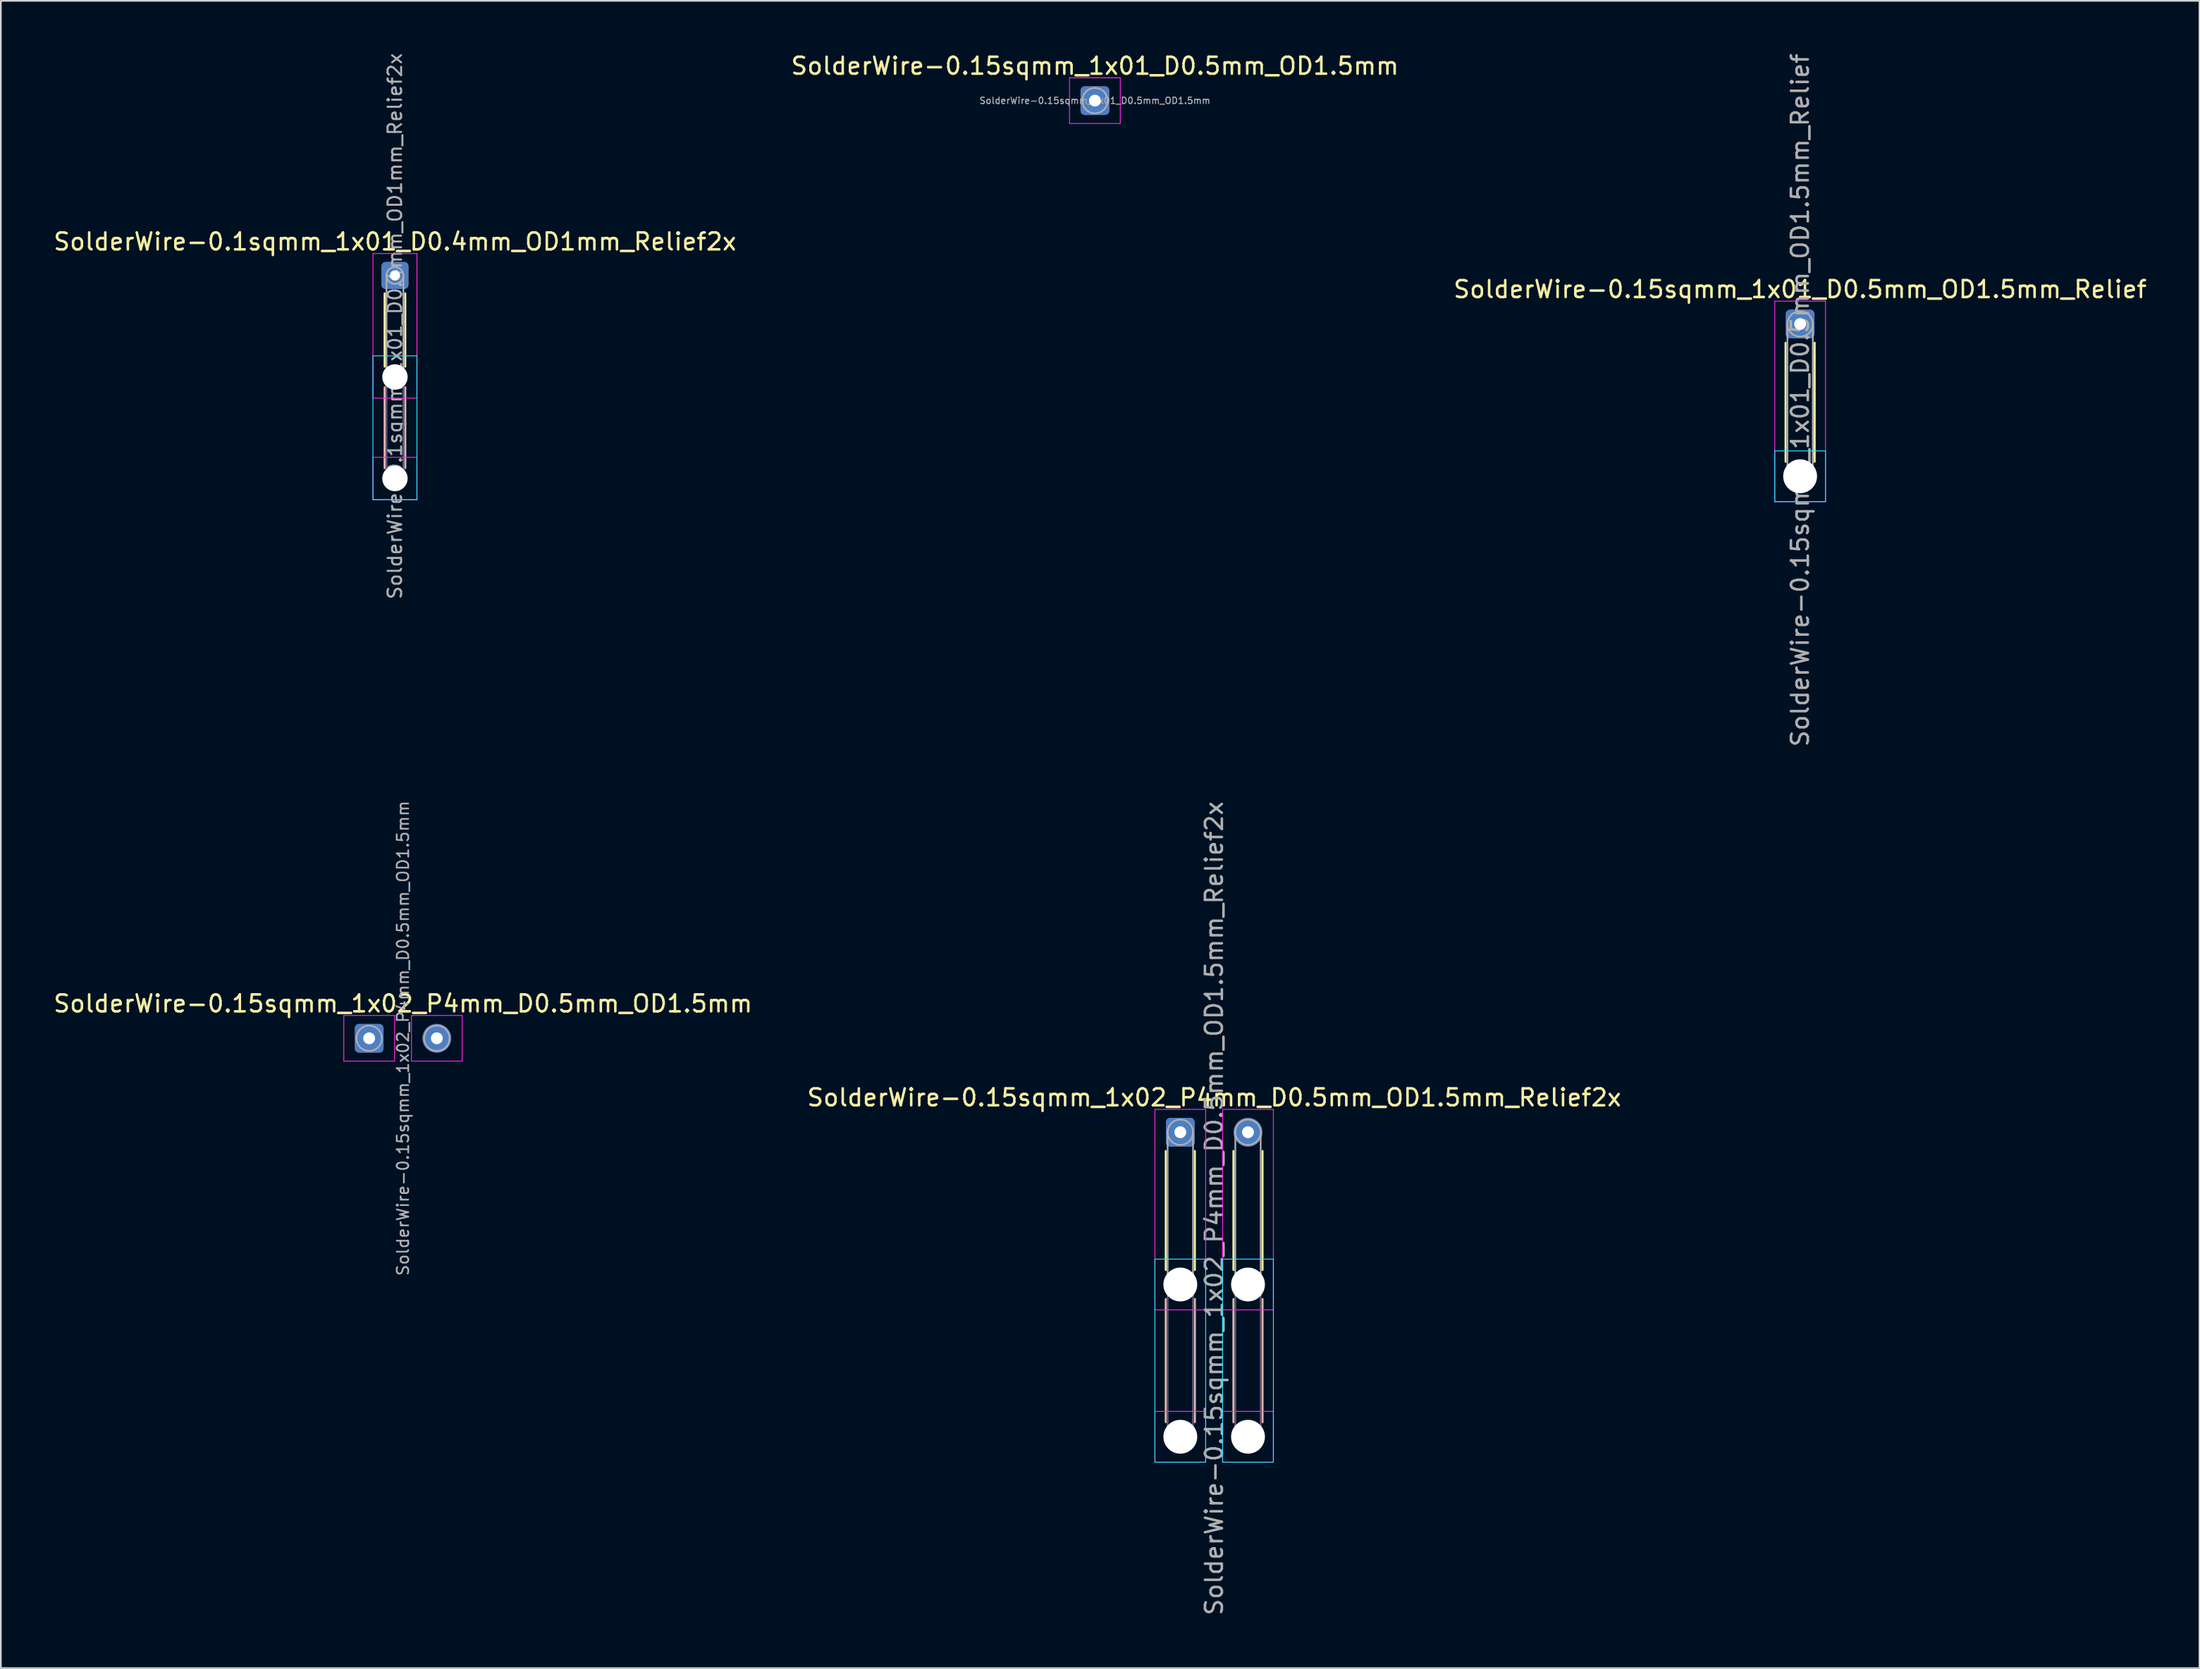
<source format=kicad_pcb>
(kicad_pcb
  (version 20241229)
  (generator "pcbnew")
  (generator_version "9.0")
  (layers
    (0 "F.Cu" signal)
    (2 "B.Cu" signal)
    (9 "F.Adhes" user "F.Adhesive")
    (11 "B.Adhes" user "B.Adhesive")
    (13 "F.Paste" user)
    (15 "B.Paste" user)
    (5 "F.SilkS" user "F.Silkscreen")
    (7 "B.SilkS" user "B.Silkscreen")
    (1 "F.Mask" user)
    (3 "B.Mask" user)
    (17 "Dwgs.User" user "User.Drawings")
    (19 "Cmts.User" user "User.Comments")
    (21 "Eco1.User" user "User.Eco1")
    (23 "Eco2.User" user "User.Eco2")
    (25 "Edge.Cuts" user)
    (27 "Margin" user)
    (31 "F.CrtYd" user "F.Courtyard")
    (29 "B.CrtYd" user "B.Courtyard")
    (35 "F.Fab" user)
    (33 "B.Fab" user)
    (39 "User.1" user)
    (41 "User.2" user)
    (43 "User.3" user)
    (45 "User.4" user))
  (footprint "SolderWire-0.15sqmm_1x01_D0.5mm_OD1.5mm_Relief"
    (layer "F.Cu")
    (at 103.339 16.101)
    (property "Reference" "SolderWire-0.15sqmm_1x01_D0.5mm_OD1.5mm_Relief" (at 0 -2.05 0) (layer "F.SilkS") (effects (font (size 1 1) (thickness 0.15))))
    (attr exclude_from_pos_files exclude_from_bom)
    (fp_line (start -0.86 1.11) (end -0.86 8.14) (stroke (width 0.12) (type solid)) (layer "F.SilkS"))
    (fp_line (start 0.86 1.11) (end 0.86 8.14) (stroke (width 0.12) (type solid)) (layer "F.SilkS"))
    (fp_line (start -1.5 7.5) (end -1.5 10.5) (stroke (width 0.05) (type solid)) (layer "B.CrtYd"))
    (fp_line (start -1.5 10.5) (end 1.5 10.5) (stroke (width 0.05) (type solid)) (layer "B.CrtYd"))
    (fp_line (start 1.5 7.5) (end -1.5 7.5) (stroke (width 0.05) (type solid)) (layer "B.CrtYd"))
    (fp_line (start 1.5 10.5) (end 1.5 7.5) (stroke (width 0.05) (type solid)) (layer "B.CrtYd"))
    (fp_line (start -1.5 -1.35) (end -1.5 10.5) (stroke (width 0.05) (type solid)) (layer "F.CrtYd"))
    (fp_line (start -1.5 10.5) (end 1.5 10.5) (stroke (width 0.05) (type solid)) (layer "F.CrtYd"))
    (fp_line (start 1.5 -1.35) (end -1.5 -1.35) (stroke (width 0.05) (type solid)) (layer "F.CrtYd"))
    (fp_line (start 1.5 10.5) (end 1.5 -1.35) (stroke (width 0.05) (type solid)) (layer "F.CrtYd"))
    (fp_line (start -0.75 0) (end -0.75 9) (stroke (width 0.1) (type solid)) (layer "F.Fab"))
    (fp_line (start 0.75 0) (end 0.75 9) (stroke (width 0.1) (type solid)) (layer "F.Fab"))
    (fp_circle (center 0 0) (end 0.75 0) (stroke (width 0.1) (type solid)) (fill no) (layer "F.Fab"))
    (fp_circle (center 0 9) (end 0.75 9) (stroke (width 0.1) (type solid)) (fill no) (layer "F.Fab"))
    (fp_text user "${REFERENCE}" (at 0 4.5 90) (layer "F.Fab") (effects (font (size 1 1) (thickness 0.15))))
    (pad "" np_thru_hole circle (at 0 9) (size 2 2) (drill 2) (layers "*.Cu" "*.Mask"))
    (pad "1" thru_hole roundrect (at 0 0) (size 1.7 1.7) (drill 0.7) (layers "*.Cu" "*.Mask") (roundrect_rratio 0.147)))
  (footprint "SolderWire-0.15sqmm_1x02_P4mm_D0.5mm_OD1.5mm_Relief2x"
    (layer "F.Cu")
    (at 66.708 63.875)
    (property "Reference" "SolderWire-0.15sqmm_1x02_P4mm_D0.5mm_OD1.5mm_Relief2x" (at 2 -2.05 0) (layer "F.SilkS") (effects (font (size 1 1) (thickness 0.15))))
    (attr exclude_from_pos_files exclude_from_bom)
    (fp_line (start -0.86 1.11) (end -0.86 8.14) (stroke (width 0.12) (type solid)) (layer "F.SilkS"))
    (fp_line (start 0.86 1.11) (end 0.86 8.14) (stroke (width 0.12) (type solid)) (layer "F.SilkS"))
    (fp_line (start 3.14 1.11) (end 3.14 8.14) (stroke (width 0.12) (type solid)) (layer "F.SilkS"))
    (fp_line (start 4.86 1.11) (end 4.86 8.14) (stroke (width 0.12) (type solid)) (layer "F.SilkS"))
    (fp_line (start -0.86 9.86) (end -0.86 17.14) (stroke (width 0.12) (type solid)) (layer "B.SilkS"))
    (fp_line (start 0.86 9.86) (end 0.86 17.14) (stroke (width 0.12) (type solid)) (layer "B.SilkS"))
    (fp_line (start 3.14 9.86) (end 3.14 17.14) (stroke (width 0.12) (type solid)) (layer "B.SilkS"))
    (fp_line (start 4.86 9.86) (end 4.86 17.14) (stroke (width 0.12) (type solid)) (layer "B.SilkS"))
    (fp_line (start -1.5 7.5) (end -1.5 19.5) (stroke (width 0.05) (type solid)) (layer "B.CrtYd"))
    (fp_line (start -1.5 19.5) (end 1.5 19.5) (stroke (width 0.05) (type solid)) (layer "B.CrtYd"))
    (fp_line (start 1.5 7.5) (end -1.5 7.5) (stroke (width 0.05) (type solid)) (layer "B.CrtYd"))
    (fp_line (start 1.5 19.5) (end 1.5 7.5) (stroke (width 0.05) (type solid)) (layer "B.CrtYd"))
    (fp_line (start 2.5 7.5) (end 2.5 19.5) (stroke (width 0.05) (type solid)) (layer "B.CrtYd"))
    (fp_line (start 2.5 19.5) (end 5.5 19.5) (stroke (width 0.05) (type solid)) (layer "B.CrtYd"))
    (fp_line (start 5.5 7.5) (end 2.5 7.5) (stroke (width 0.05) (type solid)) (layer "B.CrtYd"))
    (fp_line (start 5.5 19.5) (end 5.5 7.5) (stroke (width 0.05) (type solid)) (layer "B.CrtYd"))
    (fp_line (start -1.5 -1.35) (end -1.5 10.5) (stroke (width 0.05) (type solid)) (layer "F.CrtYd"))
    (fp_line (start -1.5 10.5) (end 1.5 10.5) (stroke (width 0.05) (type solid)) (layer "F.CrtYd"))
    (fp_line (start -1.5 16.5) (end -1.5 19.5) (stroke (width 0.05) (type solid)) (layer "F.CrtYd"))
    (fp_line (start -1.5 19.5) (end 1.5 19.5) (stroke (width 0.05) (type solid)) (layer "F.CrtYd"))
    (fp_line (start 1.5 -1.35) (end -1.5 -1.35) (stroke (width 0.05) (type solid)) (layer "F.CrtYd"))
    (fp_line (start 1.5 10.5) (end 1.5 -1.35) (stroke (width 0.05) (type solid)) (layer "F.CrtYd"))
    (fp_line (start 1.5 16.5) (end -1.5 16.5) (stroke (width 0.05) (type solid)) (layer "F.CrtYd"))
    (fp_line (start 1.5 19.5) (end 1.5 16.5) (stroke (width 0.05) (type solid)) (layer "F.CrtYd"))
    (fp_line (start 2.5 -1.35) (end 2.5 10.5) (stroke (width 0.05) (type solid)) (layer "F.CrtYd"))
    (fp_line (start 2.5 10.5) (end 5.5 10.5) (stroke (width 0.05) (type solid)) (layer "F.CrtYd"))
    (fp_line (start 2.5 16.5) (end 2.5 19.5) (stroke (width 0.05) (type solid)) (layer "F.CrtYd"))
    (fp_line (start 2.5 19.5) (end 5.5 19.5) (stroke (width 0.05) (type solid)) (layer "F.CrtYd"))
    (fp_line (start 5.5 -1.35) (end 2.5 -1.35) (stroke (width 0.05) (type solid)) (layer "F.CrtYd"))
    (fp_line (start 5.5 10.5) (end 5.5 -1.35) (stroke (width 0.05) (type solid)) (layer "F.CrtYd"))
    (fp_line (start 5.5 16.5) (end 2.5 16.5) (stroke (width 0.05) (type solid)) (layer "F.CrtYd"))
    (fp_line (start 5.5 19.5) (end 5.5 16.5) (stroke (width 0.05) (type solid)) (layer "F.CrtYd"))
    (fp_line (start -0.75 9) (end -0.75 18) (stroke (width 0.1) (type solid)) (layer "B.Fab"))
    (fp_line (start 0.75 9) (end 0.75 18) (stroke (width 0.1) (type solid)) (layer "B.Fab"))
    (fp_line (start 3.25 9) (end 3.25 18) (stroke (width 0.1) (type solid)) (layer "B.Fab"))
    (fp_line (start 4.75 9) (end 4.75 18) (stroke (width 0.1) (type solid)) (layer "B.Fab"))
    (fp_circle (center 0 9) (end 0.75 9) (stroke (width 0.1) (type solid)) (fill no) (layer "B.Fab"))
    (fp_circle (center 0 18) (end 0.75 18) (stroke (width 0.1) (type solid)) (fill no) (layer "B.Fab"))
    (fp_circle (center 4 9) (end 4.75 9) (stroke (width 0.1) (type solid)) (fill no) (layer "B.Fab"))
    (fp_circle (center 4 18) (end 4.75 18) (stroke (width 0.1) (type solid)) (fill no) (layer "B.Fab"))
    (fp_line (start -0.75 0) (end -0.75 9) (stroke (width 0.1) (type solid)) (layer "F.Fab"))
    (fp_line (start 0.75 0) (end 0.75 9) (stroke (width 0.1) (type solid)) (layer "F.Fab"))
    (fp_line (start 3.25 0) (end 3.25 9) (stroke (width 0.1) (type solid)) (layer "F.Fab"))
    (fp_line (start 4.75 0) (end 4.75 9) (stroke (width 0.1) (type solid)) (layer "F.Fab"))
    (fp_circle (center 0 0) (end 0.75 0) (stroke (width 0.1) (type solid)) (fill no) (layer "F.Fab"))
    (fp_circle (center 0 9) (end 0.75 9) (stroke (width 0.1) (type solid)) (fill no) (layer "F.Fab"))
    (fp_circle (center 0 18) (end 0.75 18) (stroke (width 0.1) (type solid)) (fill no) (layer "F.Fab"))
    (fp_circle (center 4 0) (end 4.75 0) (stroke (width 0.1) (type solid)) (fill no) (layer "F.Fab"))
    (fp_circle (center 4 9) (end 4.75 9) (stroke (width 0.1) (type solid)) (fill no) (layer "F.Fab"))
    (fp_circle (center 4 18) (end 4.75 18) (stroke (width 0.1) (type solid)) (fill no) (layer "F.Fab"))
    (fp_text user "${REFERENCE}" (at 2 4.5 90) (layer "F.Fab") (effects (font (size 1 1) (thickness 0.15))))
    (pad "" np_thru_hole circle (at 0 9) (size 2 2) (drill 2) (layers "*.Cu" "*.Mask"))
    (pad "" np_thru_hole circle (at 0 18) (size 2 2) (drill 2) (layers "*.Cu" "*.Mask"))
    (pad "" np_thru_hole circle (at 4 9) (size 2 2) (drill 2) (layers "*.Cu" "*.Mask"))
    (pad "" np_thru_hole circle (at 4 18) (size 2 2) (drill 2) (layers "*.Cu" "*.Mask"))
    (pad "1" thru_hole roundrect (at 0 0) (size 1.7 1.7) (drill 0.7) (layers "*.Cu" "*.Mask") (roundrect_rratio 0.147))
    (pad "2" thru_hole circle (at 4 0) (size 1.7 1.7) (drill 0.7) (layers "*.Cu" "*.Mask")))
  (footprint "SolderWire-0.15sqmm_1x02_P4mm_D0.5mm_OD1.5mm"
    (layer "F.Cu")
    (at 18.768 58.322)
    (property "Reference" "SolderWire-0.15sqmm_1x02_P4mm_D0.5mm_OD1.5mm" (at 2 -2.05 0) (layer "F.SilkS") (effects (font (size 1 1) (thickness 0.15))))
    (attr exclude_from_pos_files exclude_from_bom)
    (fp_line (start -1.5 -1.35) (end -1.5 1.35) (stroke (width 0.05) (type solid)) (layer "F.CrtYd"))
    (fp_line (start -1.5 1.35) (end 1.5 1.35) (stroke (width 0.05) (type solid)) (layer "F.CrtYd"))
    (fp_line (start 1.5 -1.35) (end -1.5 -1.35) (stroke (width 0.05) (type solid)) (layer "F.CrtYd"))
    (fp_line (start 1.5 1.35) (end 1.5 -1.35) (stroke (width 0.05) (type solid)) (layer "F.CrtYd"))
    (fp_line (start 2.5 -1.35) (end 2.5 1.35) (stroke (width 0.05) (type solid)) (layer "F.CrtYd"))
    (fp_line (start 2.5 1.35) (end 5.5 1.35) (stroke (width 0.05) (type solid)) (layer "F.CrtYd"))
    (fp_line (start 5.5 -1.35) (end 2.5 -1.35) (stroke (width 0.05) (type solid)) (layer "F.CrtYd"))
    (fp_line (start 5.5 1.35) (end 5.5 -1.35) (stroke (width 0.05) (type solid)) (layer "F.CrtYd"))
    (fp_circle (center 0 0) (end 0.75 0) (stroke (width 0.1) (type solid)) (fill no) (layer "F.Fab"))
    (fp_circle (center 4 0) (end 4.75 0) (stroke (width 0.1) (type solid)) (fill no) (layer "F.Fab"))
    (fp_text user "${REFERENCE}" (at 2 0 90) (layer "F.Fab") (effects (font (size 0.68 0.68) (thickness 0.1))))
    (pad "1" thru_hole roundrect (at 0 0) (size 1.7 1.7) (drill 0.7) (layers "*.Cu" "*.Mask") (roundrect_rratio 0.147))
    (pad "2" thru_hole circle (at 4 0) (size 1.7 1.7) (drill 0.7) (layers "*.Cu" "*.Mask")))
  (footprint "SolderWire-0.15sqmm_1x01_D0.5mm_OD1.5mm"
    (layer "F.Cu")
    (at 61.661 2.898)
    (property "Reference" "SolderWire-0.15sqmm_1x01_D0.5mm_OD1.5mm" (at 0 -2.05 0) (layer "F.SilkS") (effects (font (size 1 1) (thickness 0.15))))
    (attr exclude_from_pos_files exclude_from_bom)
    (fp_line (start -1.5 -1.35) (end -1.5 1.35) (stroke (width 0.05) (type solid)) (layer "F.CrtYd"))
    (fp_line (start -1.5 1.35) (end 1.5 1.35) (stroke (width 0.05) (type solid)) (layer "F.CrtYd"))
    (fp_line (start 1.5 -1.35) (end -1.5 -1.35) (stroke (width 0.05) (type solid)) (layer "F.CrtYd"))
    (fp_line (start 1.5 1.35) (end 1.5 -1.35) (stroke (width 0.05) (type solid)) (layer "F.CrtYd"))
    (fp_circle (center 0 0) (end 0.75 0) (stroke (width 0.1) (type solid)) (fill no) (layer "F.Fab"))
    (fp_text user "${REFERENCE}" (at 0 0 0) (layer "F.Fab") (effects (font (size 0.38 0.38) (thickness 0.06))))
    (pad "1" thru_hole roundrect (at 0 0) (size 1.7 1.7) (drill 0.7) (layers "*.Cu" "*.Mask") (roundrect_rratio 0.147)))
  (footprint "SolderWire-0.1sqmm_1x01_D0.4mm_OD1mm_Relief2x"
    (layer "F.Cu")
    (at 20.292 13.233)
    (property "Reference" "SolderWire-0.1sqmm_1x01_D0.4mm_OD1mm_Relief2x" (at 0 -2 0) (layer "F.SilkS") (effects (font (size 1 1) (thickness 0.15))))
    (attr exclude_from_pos_files exclude_from_bom)
    (fp_line (start -0.61 1.06) (end -0.61 5.39) (stroke (width 0.12) (type solid)) (layer "F.SilkS"))
    (fp_line (start 0.61 1.06) (end 0.61 5.39) (stroke (width 0.12) (type solid)) (layer "F.SilkS"))
    (fp_line (start -0.61 6.61) (end -0.61 11.39) (stroke (width 0.12) (type solid)) (layer "B.SilkS"))
    (fp_line (start 0.61 6.61) (end 0.61 11.39) (stroke (width 0.12) (type solid)) (layer "B.SilkS"))
    (fp_line (start -1.3 4.75) (end -1.3 13.25) (stroke (width 0.05) (type solid)) (layer "B.CrtYd"))
    (fp_line (start -1.3 13.25) (end 1.3 13.25) (stroke (width 0.05) (type solid)) (layer "B.CrtYd"))
    (fp_line (start 1.3 4.75) (end -1.3 4.75) (stroke (width 0.05) (type solid)) (layer "B.CrtYd"))
    (fp_line (start 1.3 13.25) (end 1.3 4.75) (stroke (width 0.05) (type solid)) (layer "B.CrtYd"))
    (fp_line (start -1.3 -1.3) (end -1.3 7.25) (stroke (width 0.05) (type solid)) (layer "F.CrtYd"))
    (fp_line (start -1.3 7.25) (end 1.3 7.25) (stroke (width 0.05) (type solid)) (layer "F.CrtYd"))
    (fp_line (start -1.3 10.75) (end -1.3 13.25) (stroke (width 0.05) (type solid)) (layer "F.CrtYd"))
    (fp_line (start -1.3 13.25) (end 1.3 13.25) (stroke (width 0.05) (type solid)) (layer "F.CrtYd"))
    (fp_line (start 1.3 -1.3) (end -1.3 -1.3) (stroke (width 0.05) (type solid)) (layer "F.CrtYd"))
    (fp_line (start 1.3 7.25) (end 1.3 -1.3) (stroke (width 0.05) (type solid)) (layer "F.CrtYd"))
    (fp_line (start 1.3 10.75) (end -1.3 10.75) (stroke (width 0.05) (type solid)) (layer "F.CrtYd"))
    (fp_line (start 1.3 13.25) (end 1.3 10.75) (stroke (width 0.05) (type solid)) (layer "F.CrtYd"))
    (fp_line (start -0.5 6) (end -0.5 12) (stroke (width 0.1) (type solid)) (layer "B.Fab"))
    (fp_line (start 0.5 6) (end 0.5 12) (stroke (width 0.1) (type solid)) (layer "B.Fab"))
    (fp_circle (center 0 6) (end 0.5 6) (stroke (width 0.1) (type solid)) (fill no) (layer "B.Fab"))
    (fp_circle (center 0 12) (end 0.5 12) (stroke (width 0.1) (type solid)) (fill no) (layer "B.Fab"))
    (fp_line (start -0.5 0) (end -0.5 6) (stroke (width 0.1) (type solid)) (layer "F.Fab"))
    (fp_line (start 0.5 0) (end 0.5 6) (stroke (width 0.1) (type solid)) (layer "F.Fab"))
    (fp_circle (center 0 0) (end 0.5 0) (stroke (width 0.1) (type solid)) (fill no) (layer "F.Fab"))
    (fp_circle (center 0 6) (end 0.5 6) (stroke (width 0.1) (type solid)) (fill no) (layer "F.Fab"))
    (fp_circle (center 0 12) (end 0.5 12) (stroke (width 0.1) (type solid)) (fill no) (layer "F.Fab"))
    (fp_text user "${REFERENCE}" (at 0 3 90) (layer "F.Fab") (effects (font (size 0.8 0.8) (thickness 0.12))))
    (pad "" np_thru_hole circle (at 0 6) (size 1.5 1.5) (drill 1.5) (layers "*.Cu" "*.Mask"))
    (pad "" np_thru_hole circle (at 0 12) (size 1.5 1.5) (drill 1.5) (layers "*.Cu" "*.Mask"))
    (pad "1" thru_hole roundrect (at 0 0) (size 1.6 1.6) (drill 0.6) (layers "*.Cu" "*.Mask") (roundrect_rratio 0.156)))
  (gr_rect
    (start -3 -3)
    (end 126.94 95.548)
    (stroke (width 0.1) (type default))
    (fill no)
    (layer "Edge.Cuts")))
</source>
